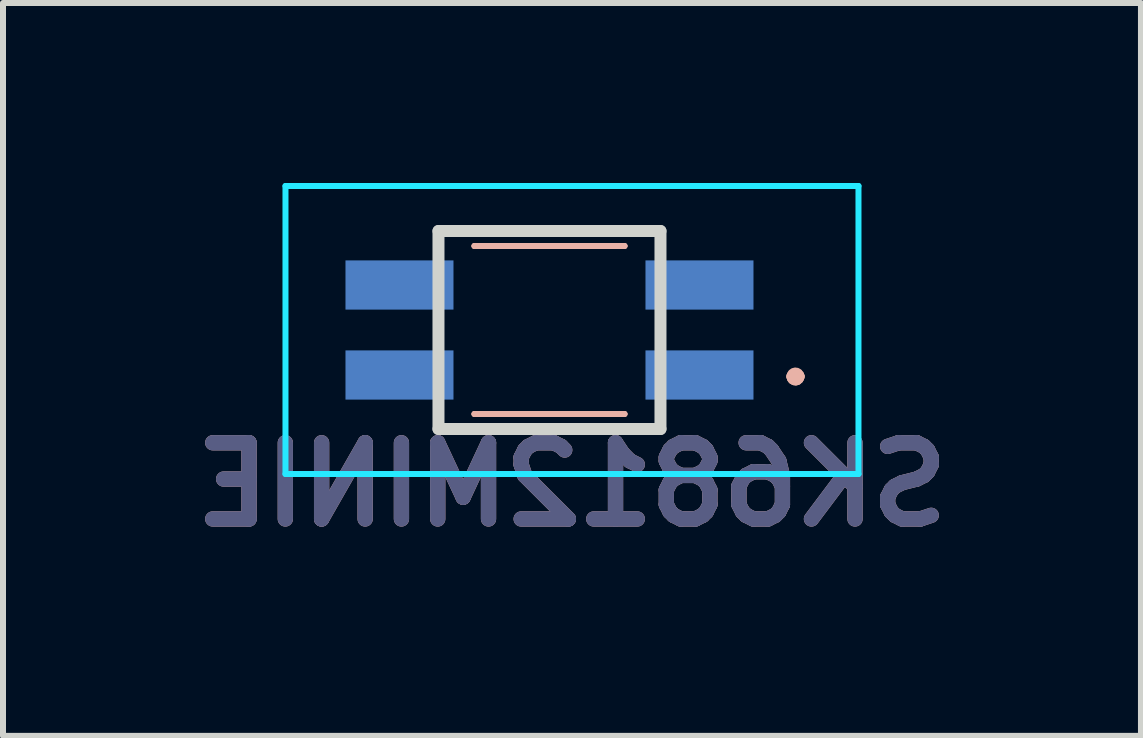
<source format=kicad_pcb>
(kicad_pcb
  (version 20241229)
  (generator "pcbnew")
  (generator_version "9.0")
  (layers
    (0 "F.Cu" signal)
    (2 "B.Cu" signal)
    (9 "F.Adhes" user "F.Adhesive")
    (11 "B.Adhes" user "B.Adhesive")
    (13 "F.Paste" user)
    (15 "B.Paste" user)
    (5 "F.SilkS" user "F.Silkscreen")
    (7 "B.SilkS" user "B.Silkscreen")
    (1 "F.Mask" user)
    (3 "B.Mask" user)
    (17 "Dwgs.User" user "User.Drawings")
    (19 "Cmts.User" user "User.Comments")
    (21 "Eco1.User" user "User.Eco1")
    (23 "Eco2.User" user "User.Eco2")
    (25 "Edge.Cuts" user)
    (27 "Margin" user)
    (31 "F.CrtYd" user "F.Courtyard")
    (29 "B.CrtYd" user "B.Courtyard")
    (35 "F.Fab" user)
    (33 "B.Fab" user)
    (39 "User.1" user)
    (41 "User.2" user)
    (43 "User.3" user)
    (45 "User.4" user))
  (footprint "SK6812MINIE"
    (layer "F.Cu")
    (at 6.108 2.45)
    (property "Reference" "SK6812MINIE" (at 0.375 2.575 0) (layer "B.SilkS") (effects (font (size 1.27 1.27) (thickness 0.254)) (justify mirror)))
    (attr smd)
    (fp_line (start -1.25 -1.4) (end -1.25 -1.4) (stroke (width 0.1) (type solid)) (layer "B.SilkS"))
    (fp_line (start -1.25 -1.4) (end 1.25 -1.4) (stroke (width 0.1) (type solid)) (layer "B.SilkS"))
    (fp_line (start -1.25 1.4) (end -1.25 1.4) (stroke (width 0.1) (type solid)) (layer "B.SilkS"))
    (fp_line (start -1.25 1.4) (end 1.25 1.4) (stroke (width 0.1) (type solid)) (layer "B.SilkS"))
    (fp_line (start 1.25 -1.4) (end -1.25 -1.4) (stroke (width 0.1) (type solid)) (layer "B.SilkS"))
    (fp_line (start 1.25 -1.4) (end 1.25 -1.4) (stroke (width 0.1) (type solid)) (layer "B.SilkS"))
    (fp_line (start 1.25 1.4) (end -1.25 1.4) (stroke (width 0.1) (type solid)) (layer "B.SilkS"))
    (fp_line (start 1.25 1.4) (end 1.25 1.4) (stroke (width 0.1) (type solid)) (layer "B.SilkS"))
    (fp_line (start 4.05 0.775) (end 4.05 0.775) (stroke (width 0.2) (type solid)) (layer "B.SilkS"))
    (fp_line (start 4.15 0.775) (end 4.15 0.775) (stroke (width 0.2) (type solid)) (layer "B.SilkS"))
    (fp_line (start 4.15 0.775) (end 4.15 0.775) (stroke (width 0.2) (type solid)) (layer "B.SilkS"))
    (fp_arc (start 4.05 0.775) (mid 4.1 0.725) (end 4.15 0.775) (stroke (width 0.2) (type solid)) (layer "B.SilkS"))
    (fp_arc (start 4.15 0.775) (mid 4.1 0.825) (end 4.05 0.775) (stroke (width 0.2) (type solid)) (layer "B.SilkS"))
    (fp_arc (start 4.15 0.775) (mid 4.1 0.825) (end 4.05 0.775) (stroke (width 0.2) (type solid)) (layer "B.SilkS"))
    (fp_line (start -1.85 -1.65) (end 1.85 -1.65) (stroke (width 0.2) (type solid)) (layer "Edge.Cuts"))
    (fp_line (start -1.85 1.65) (end -1.85 -1.65) (stroke (width 0.2) (type solid)) (layer "Edge.Cuts"))
    (fp_line (start 1.85 -1.65) (end 1.85 1.65) (stroke (width 0.2) (type solid)) (layer "Edge.Cuts"))
    (fp_line (start 1.85 1.65) (end -1.85 1.65) (stroke (width 0.2) (type solid)) (layer "Edge.Cuts"))
    (fp_line (start -4.4 -2.4) (end -4.4 2.4) (stroke (width 0.1) (type solid)) (layer "B.CrtYd"))
    (fp_line (start -4.4 2.4) (end 5.15 2.4) (stroke (width 0.1) (type solid)) (layer "B.CrtYd"))
    (fp_line (start 5.15 -2.4) (end -4.4 -2.4) (stroke (width 0.1) (type solid)) (layer "B.CrtYd"))
    (fp_line (start 5.15 2.4) (end 5.15 -2.4) (stroke (width 0.1) (type solid)) (layer "B.CrtYd"))
    (fp_text user "${REFERENCE}" (at 0.375 2.575 0) (layer "B.Fab") (effects (font (size 1.27 1.27) (thickness 0.254)) (justify mirror)))
    (pad "1" smd rect (at -2.5 -0.75 270) (size 0.82 1.8) (layers "B.Cu" "B.Mask" "B.Paste"))
    (pad "2" smd rect (at -2.5 0.75 270) (size 0.82 1.8) (layers "B.Cu" "B.Mask" "B.Paste"))
    (pad "3" smd rect (at 2.5 0.75 270) (size 0.82 1.8) (layers "B.Cu" "B.Mask" "B.Paste"))
    (pad "4" smd rect (at 2.5 -0.75 270) (size 0.82 1.8) (layers "B.Cu" "B.Mask" "B.Paste")))
  (gr_rect
    (start -3 -3)
    (end 15.966 9.214)
    (stroke (width 0.1) (type default))
    (fill no)
    (layer "Edge.Cuts")))
</source>
